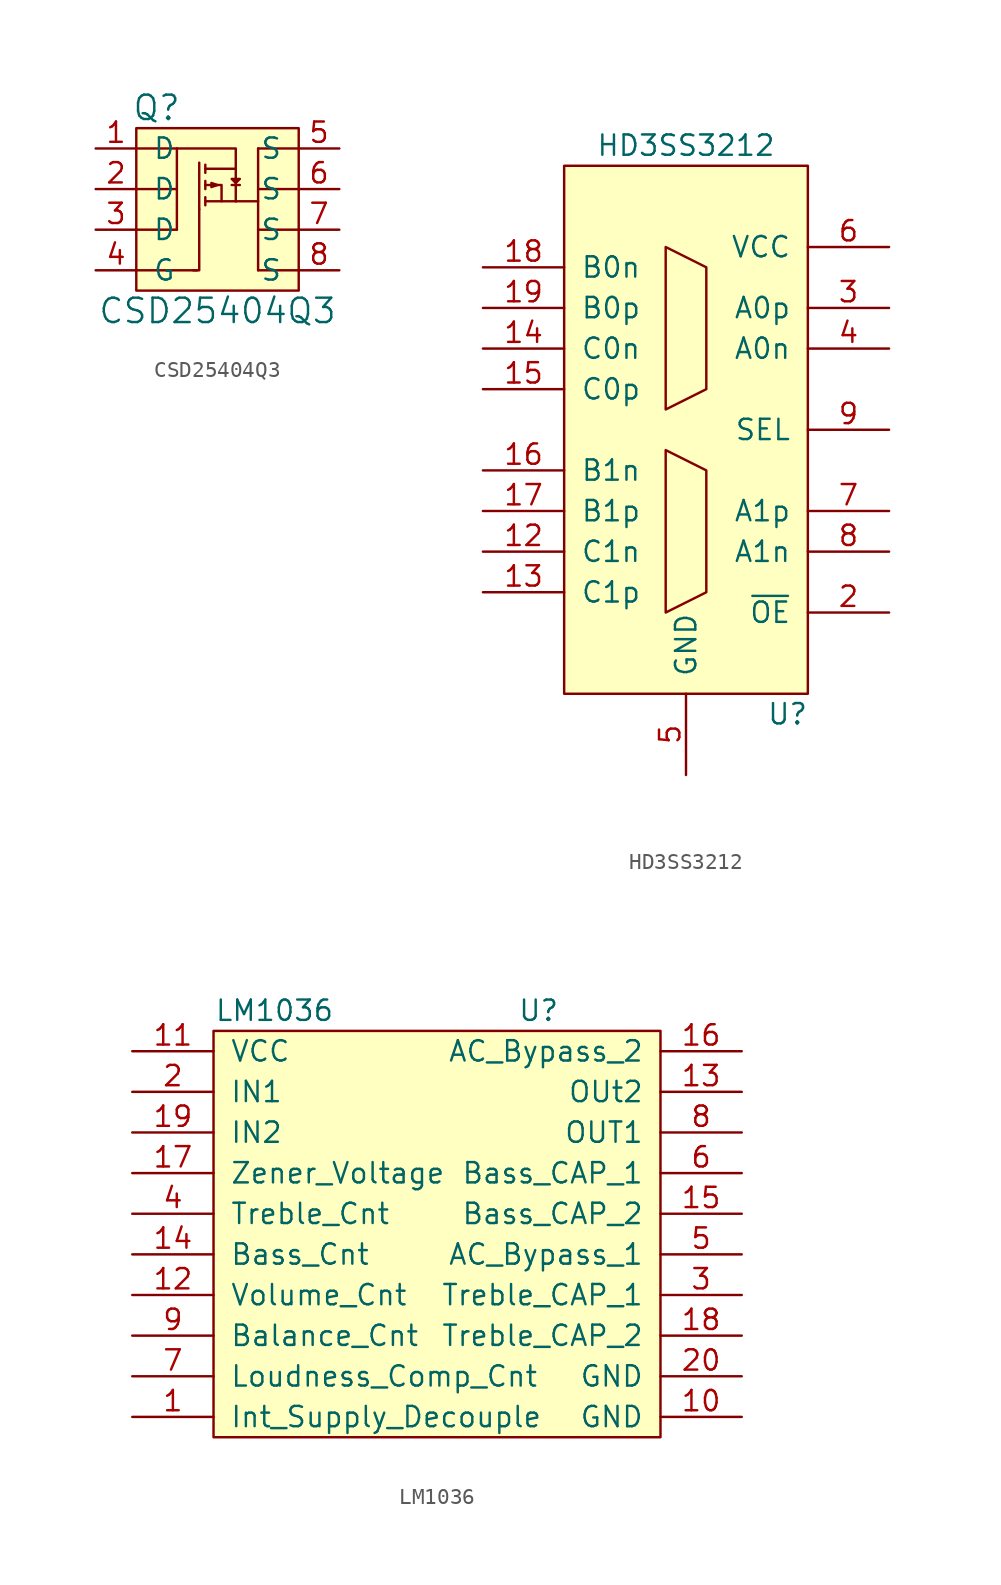
<source format=kicad_sym>
(kicad_symbol_lib
  (version 20241209)
  (generator "kicad_symbol_editor")
  (generator_version "9.0")
  (symbol "CSD25404Q3"
    (pin_names
      (offset 1.016))
    (property "Reference" "Q"
      (at -3.81 6.35 0)
      (effects (font (size 1.524 1.524))))
    (property "Value" "CSD25404Q3"
      (at 0 -6.35 0)
      (effects (font (size 1.524 1.524))))
    (symbol "CSD25404Q3_0_1"
      (rectangle (start -5.08 5.08) (end 5.08 -5.08) (stroke (width 0) (type solid)) (fill (type background)))
      (polyline (pts (xy -5.08 3.81) (xy -2.54 3.81)) (stroke (width 0) (type solid)) (fill (type none)))
      (polyline (pts (xy -5.08 1.27) (xy -2.54 1.27)) (stroke (width 0) (type solid)) (fill (type none)))
      (polyline (pts (xy -5.08 -1.27) (xy -2.54 -1.27)) (stroke (width 0) (type solid)) (fill (type none)))
      (polyline (pts (xy -5.08 -3.81) (xy -1.27 -3.81)) (stroke (width 0) (type solid)) (fill (type none)))
      (polyline (pts (xy -2.54 3.81) (xy -2.54 -1.27)) (stroke (width 0) (type solid)) (fill (type none)))
      (polyline (pts (xy -1.143 2.921) (xy -1.143 0)) (stroke (width 0) (type solid)) (fill (type none)))
      (polyline (pts (xy -1.143 0) (xy -1.143 -3.81) (xy -1.524 -3.81)) (stroke (width 0) (type solid)) (fill (type none)))
      (polyline (pts (xy -0.762 2.794) (xy -0.762 2.286)) (stroke (width 0) (type solid)) (fill (type none)))
      (polyline (pts (xy -0.762 2.54) (xy 1.143 2.54)) (stroke (width 0) (type solid)) (fill (type none)))
      (polyline (pts (xy -0.762 1.778) (xy -0.762 1.27)) (stroke (width 0) (type solid)) (fill (type none)))
      (polyline (pts (xy -0.762 1.524) (xy 0.254 1.524) (xy 0.254 0.508)) (stroke (width 0) (type solid)) (fill (type none)))
      (polyline (pts (xy -0.762 0.762) (xy -0.762 0.254)) (stroke (width 0) (type solid)) (fill (type none)))
      (polyline (pts (xy -0.762 0.508) (xy 1.143 0.508)) (stroke (width 0) (type solid)) (fill (type none)))
      (polyline (pts (xy 0 1.524) (xy -0.381 1.651) (xy -0.381 1.397) (xy 0 1.524)) (stroke (width 0) (type solid)) (fill (type none)))
      (polyline (pts (xy 0.889 1.524) (xy 1.397 1.524)) (stroke (width 0) (type solid)) (fill (type none)))
      (polyline (pts (xy 1.143 2.54) (xy 1.143 3.81) (xy -2.54 3.81)) (stroke (width 0) (type solid)) (fill (type none)))
      (polyline (pts (xy 1.143 1.651) (xy 0.889 1.905) (xy 1.397 1.905) (xy 1.143 1.651)) (stroke (width 0) (type solid)) (fill (type outline)))
      (polyline (pts (xy 1.143 0.508) (xy 1.143 2.54)) (stroke (width 0) (type solid)) (fill (type none)))
      (polyline (pts (xy 1.143 0.508) (xy 2.54 0.508)) (stroke (width 0) (type solid)) (fill (type none)))
      (polyline (pts (xy 2.54 3.81) (xy 2.54 -3.81)) (stroke (width 0) (type solid)) (fill (type none)))
      (polyline (pts (xy 5.08 3.81) (xy 2.54 3.81)) (stroke (width 0) (type solid)) (fill (type none)))
      (polyline (pts (xy 5.08 1.27) (xy 2.54 1.27)) (stroke (width 0) (type solid)) (fill (type none)))
      (polyline (pts (xy 5.08 -1.27) (xy 2.54 -1.27)) (stroke (width 0) (type solid)) (fill (type none)))
      (polyline (pts (xy 5.08 -3.81) (xy 2.54 -3.81)) (stroke (width 0) (type solid)) (fill (type none))))
    (symbol "CSD25404Q3_1_1"
      (pin bidirectional line (at -7.62 3.81 0) (length 2.54) (name "D" (effects (font (size 1.27 1.27)))) (number "1" (effects (font (size 1.27 1.27)))))
      (pin bidirectional line (at -7.62 1.27 0) (length 2.54) (name "D" (effects (font (size 1.27 1.27)))) (number "2" (effects (font (size 1.27 1.27)))))
      (pin bidirectional line (at -7.62 -1.27 0) (length 2.54) (name "D" (effects (font (size 1.27 1.27)))) (number "3" (effects (font (size 1.27 1.27)))))
      (pin input line (at -7.62 -3.81 0) (length 2.54) (name "G" (effects (font (size 1.27 1.27)))) (number "4" (effects (font (size 1.27 1.27)))))
      (pin bidirectional line (at 7.62 3.81 180) (length 2.54) (name "S" (effects (font (size 1.27 1.27)))) (number "5" (effects (font (size 1.27 1.27)))))
      (pin bidirectional line (at 7.62 1.27 180) (length 2.54) (name "S" (effects (font (size 1.27 1.27)))) (number "6" (effects (font (size 1.27 1.27)))))
      (pin bidirectional line (at 7.62 -1.27 180) (length 2.54) (name "S" (effects (font (size 1.27 1.27)))) (number "7" (effects (font (size 1.27 1.27)))))
      (pin bidirectional line (at 7.62 -3.81 180) (length 2.54) (name "S" (effects (font (size 1.27 1.27)))) (number "8" (effects (font (size 1.27 1.27)))))))
  (symbol "HD3SS3212"
    (pin_names
      (offset 1.016))
    (property "Reference" "U"
      (at 6.35 -17.78 0)
      (effects (font (size 1.27 1.27))))
    (property "Value" "HD3SS3212"
      (at 0 17.78 0)
      (effects (font (size 1.27 1.27))))
    (symbol "HD3SS3212_0_1"
      (rectangle (start -7.62 16.51) (end 7.62 -16.51) (stroke (width 0) (type solid)) (fill (type background)))
      (polyline (pts (xy -1.27 11.43) (xy -1.27 1.27) (xy 1.27 2.54) (xy 1.27 10.16) (xy -1.27 11.43)) (stroke (width 0) (type solid)) (fill (type none)))
      (polyline (pts (xy -1.27 -1.27) (xy -1.27 -11.43) (xy 1.27 -10.16) (xy 1.27 -2.54) (xy -1.27 -1.27)) (stroke (width 0) (type solid)) (fill (type none))))
    (symbol "HD3SS3212_1_1"
      (pin bidirectional line (at -12.7 10.16 0) (length 5.08) (name "B0n" (effects (font (size 1.27 1.27)))) (number "18" (effects (font (size 1.27 1.27)))))
      (pin bidirectional line (at -12.7 7.62 0) (length 5.08) (name "B0p" (effects (font (size 1.27 1.27)))) (number "19" (effects (font (size 1.27 1.27)))))
      (pin bidirectional line (at -12.7 5.08 0) (length 5.08) (name "C0n" (effects (font (size 1.27 1.27)))) (number "14" (effects (font (size 1.27 1.27)))))
      (pin bidirectional line (at -12.7 2.54 0) (length 5.08) (name "C0p" (effects (font (size 1.27 1.27)))) (number "15" (effects (font (size 1.27 1.27)))))
      (pin bidirectional line (at -12.7 -2.54 0) (length 5.08) (name "B1n" (effects (font (size 1.27 1.27)))) (number "16" (effects (font (size 1.27 1.27)))))
      (pin bidirectional line (at -12.7 -5.08 0) (length 5.08) (name "B1p" (effects (font (size 1.27 1.27)))) (number "17" (effects (font (size 1.27 1.27)))))
      (pin bidirectional line (at -12.7 -7.62 0) (length 5.08) (name "C1n" (effects (font (size 1.27 1.27)))) (number "12" (effects (font (size 1.27 1.27)))))
      (pin bidirectional line (at -12.7 -10.16 0) (length 5.08) (name "C1p" (effects (font (size 1.27 1.27)))) (number "13" (effects (font (size 1.27 1.27)))))
      (pin no_connect line (at -1.27 2.54 270) (length 5.08) (hide yes) (name "RSVD1" (effects (font (size 1.27 1.27)))) (number "1" (effects (font (size 1.27 1.27)))))
      (pin passive line (at 0 -21.59 90) (length 5.08) (hide yes) (name "GND" (effects (font (size 1.27 1.27)))) (number "11" (effects (font (size 1.27 1.27)))))
      (pin passive line (at 0 -21.59 90) (length 5.08) (hide yes) (name "GND" (effects (font (size 1.27 1.27)))) (number "20" (effects (font (size 1.27 1.27)))))
      (pin power_in line (at 0 -21.59 90) (length 5.08) (name "GND" (effects (font (size 1.27 1.27)))) (number "5" (effects (font (size 1.27 1.27)))))
      (pin no_connect line (at 1.27 2.54 270) (length 5.08) (hide yes) (name "RSVD2" (effects (font (size 1.27 1.27)))) (number "10" (effects (font (size 1.27 1.27)))))
      (pin power_in line (at 12.7 11.43 180) (length 5.08) (name "VCC" (effects (font (size 1.27 1.27)))) (number "6" (effects (font (size 1.27 1.27)))))
      (pin bidirectional line (at 12.7 7.62 180) (length 5.08) (name "A0p" (effects (font (size 1.27 1.27)))) (number "3" (effects (font (size 1.27 1.27)))))
      (pin bidirectional line (at 12.7 5.08 180) (length 5.08) (name "A0n" (effects (font (size 1.27 1.27)))) (number "4" (effects (font (size 1.27 1.27)))))
      (pin input line (at 12.7 0 180) (length 5.08) (name "SEL" (effects (font (size 1.27 1.27)))) (number "9" (effects (font (size 1.27 1.27)))))
      (pin bidirectional line (at 12.7 -5.08 180) (length 5.08) (name "A1p" (effects (font (size 1.27 1.27)))) (number "7" (effects (font (size 1.27 1.27)))))
      (pin bidirectional line (at 12.7 -7.62 180) (length 5.08) (name "A1n" (effects (font (size 1.27 1.27)))) (number "8" (effects (font (size 1.27 1.27)))))
      (pin input line (at 12.7 -11.43 180) (length 5.08) (name "~{OE}" (effects (font (size 1.27 1.27)))) (number "2" (effects (font (size 1.27 1.27)))))))
  (symbol "LM1036"
    (pin_names
      (offset 1.016))
    (property "Reference" "U"
      (at 6.35 13.97 0)
      (effects (font (size 1.27 1.27))))
    (property "Value" "LM1036"
      (at -10.16 13.97 0)
      (effects (font (size 1.27 1.27))))
    (symbol "LM1036_0_1"
      (rectangle (start -13.97 12.7) (end 13.97 -12.7) (stroke (width 0) (type solid)) (fill (type background))))
    (symbol "LM1036_1_1"
      (pin power_in line (at -19.05 11.43 0) (length 5.08) (name "VCC" (effects (font (size 1.27 1.27)))) (number "11" (effects (font (size 1.27 1.27)))))
      (pin input line (at -19.05 8.89 0) (length 5.08) (name "IN1" (effects (font (size 1.27 1.27)))) (number "2" (effects (font (size 1.27 1.27)))))
      (pin input line (at -19.05 6.35 0) (length 5.08) (name "IN2" (effects (font (size 1.27 1.27)))) (number "19" (effects (font (size 1.27 1.27)))))
      (pin power_out line (at -19.05 3.81 0) (length 5.08) (name "Zener_Voltage" (effects (font (size 1.27 1.27)))) (number "17" (effects (font (size 1.27 1.27)))))
      (pin input line (at -19.05 1.27 0) (length 5.08) (name "Treble_Cnt" (effects (font (size 1.27 1.27)))) (number "4" (effects (font (size 1.27 1.27)))))
      (pin input line (at -19.05 -1.27 0) (length 5.08) (name "Bass_Cnt" (effects (font (size 1.27 1.27)))) (number "14" (effects (font (size 1.27 1.27)))))
      (pin input line (at -19.05 -3.81 0) (length 5.08) (name "Volume_Cnt" (effects (font (size 1.27 1.27)))) (number "12" (effects (font (size 1.27 1.27)))))
      (pin input line (at -19.05 -6.35 0) (length 5.08) (name "Balance_Cnt" (effects (font (size 1.27 1.27)))) (number "9" (effects (font (size 1.27 1.27)))))
      (pin passive line (at -19.05 -8.89 0) (length 5.08) (name "Loudness_Comp_Cnt" (effects (font (size 1.27 1.27)))) (number "7" (effects (font (size 1.27 1.27)))))
      (pin passive line (at -19.05 -11.43 0) (length 5.08) (name "Int_Supply_Decouple" (effects (font (size 1.27 1.27)))) (number "1" (effects (font (size 1.27 1.27)))))
      (pin passive line (at 19.05 11.43 180) (length 5.08) (name "AC_Bypass_2" (effects (font (size 1.27 1.27)))) (number "16" (effects (font (size 1.27 1.27)))))
      (pin output line (at 19.05 8.89 180) (length 5.08) (name "OUt2" (effects (font (size 1.27 1.27)))) (number "13" (effects (font (size 1.27 1.27)))))
      (pin output line (at 19.05 6.35 180) (length 5.08) (name "OUT1" (effects (font (size 1.27 1.27)))) (number "8" (effects (font (size 1.27 1.27)))))
      (pin passive line (at 19.05 3.81 180) (length 5.08) (name "Bass_CAP_1" (effects (font (size 1.27 1.27)))) (number "6" (effects (font (size 1.27 1.27)))))
      (pin passive line (at 19.05 1.27 180) (length 5.08) (name "Bass_CAP_2" (effects (font (size 1.27 1.27)))) (number "15" (effects (font (size 1.27 1.27)))))
      (pin passive line (at 19.05 -1.27 180) (length 5.08) (name "AC_Bypass_1" (effects (font (size 1.27 1.27)))) (number "5" (effects (font (size 1.27 1.27)))))
      (pin passive line (at 19.05 -3.81 180) (length 5.08) (name "Treble_CAP_1" (effects (font (size 1.27 1.27)))) (number "3" (effects (font (size 1.27 1.27)))))
      (pin passive line (at 19.05 -6.35 180) (length 5.08) (name "Treble_CAP_2" (effects (font (size 1.27 1.27)))) (number "18" (effects (font (size 1.27 1.27)))))
      (pin power_in line (at 19.05 -8.89 180) (length 5.08) (name "GND" (effects (font (size 1.27 1.27)))) (number "20" (effects (font (size 1.27 1.27)))))
      (pin power_in line (at 19.05 -11.43 180) (length 5.08) (name "GND" (effects (font (size 1.27 1.27)))) (number "10" (effects (font (size 1.27 1.27))))))))
</source>
